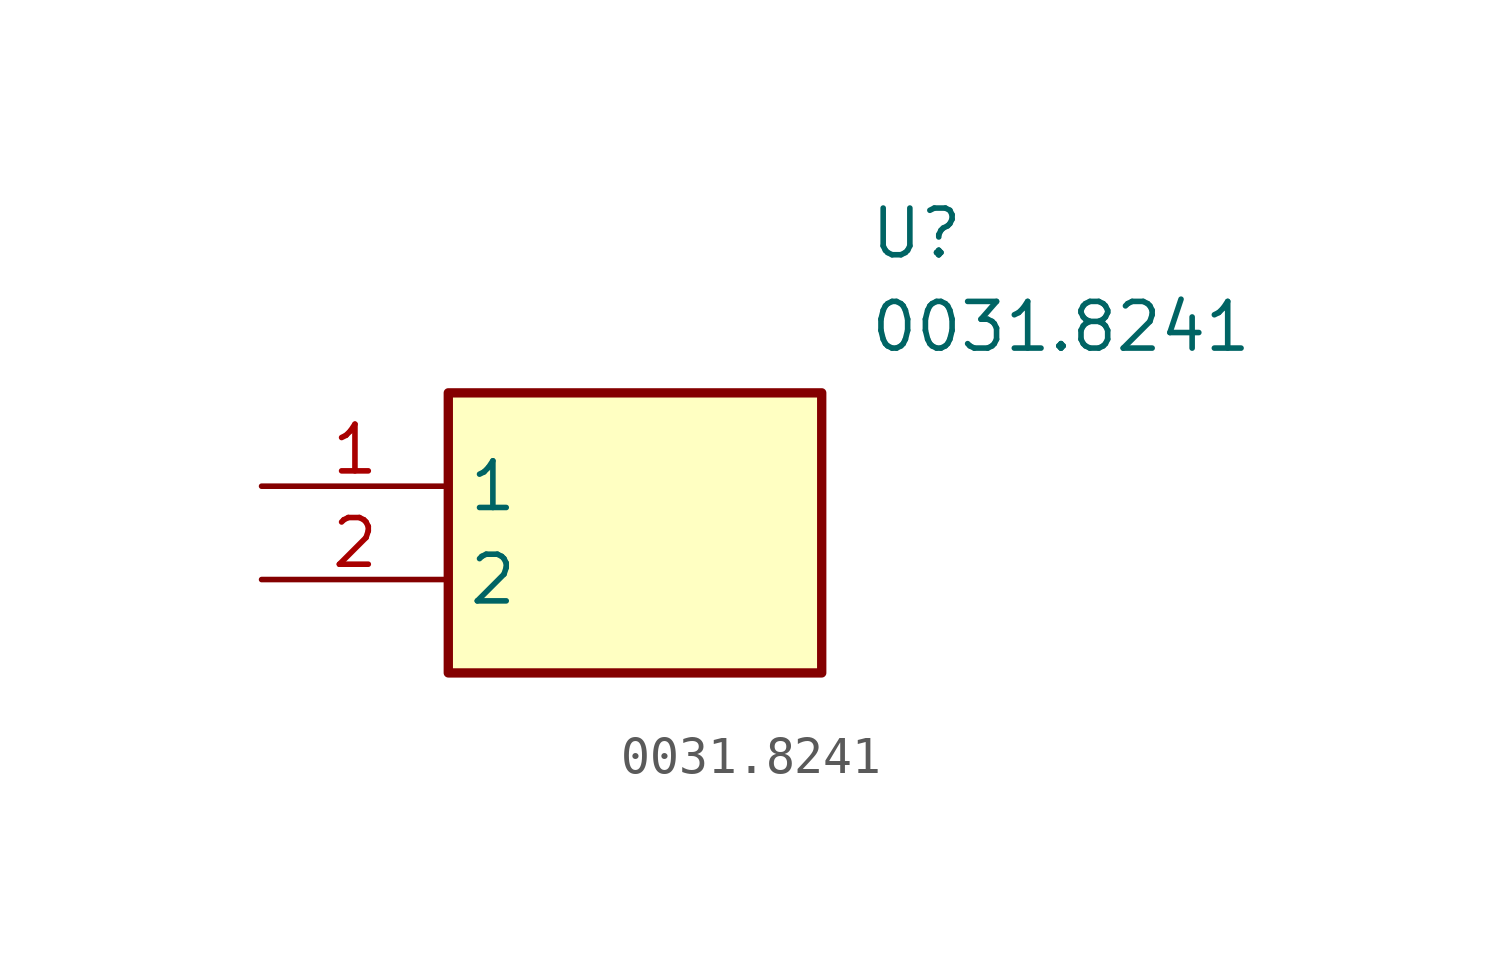
<source format=kicad_sym>
(kicad_symbol_lib
  (version 20211014)
  (generator SamacSys_ECAD_Model)
  (symbol "0031.8241"
    (property "Reference" "U"
      (at 16.51 7.62 0)
      (effects (font (size 1.27 1.27)) (justify left top)))
    (property "Value" "0031.8241"
      (at 16.51 5.08 0)
      (effects (font (size 1.27 1.27)) (justify left top)))
    (rectangle
      (start 5.08 2.54)
      (end 15.24 -5.08)
      (stroke (width 0.254) (type default))
      (fill (type background)))
    (pin passive line
      (at 0 0 0)
      (length 5.08)
      (name "1" (effects (font (size 1.27 1.27))))
      (number "1" (effects (font (size 1.27 1.27)))))
    (pin passive line
      (at 0 -2.54 0)
      (length 5.08)
      (name "2" (effects (font (size 1.27 1.27))))
      (number "2" (effects (font (size 1.27 1.27)))))))
</source>
